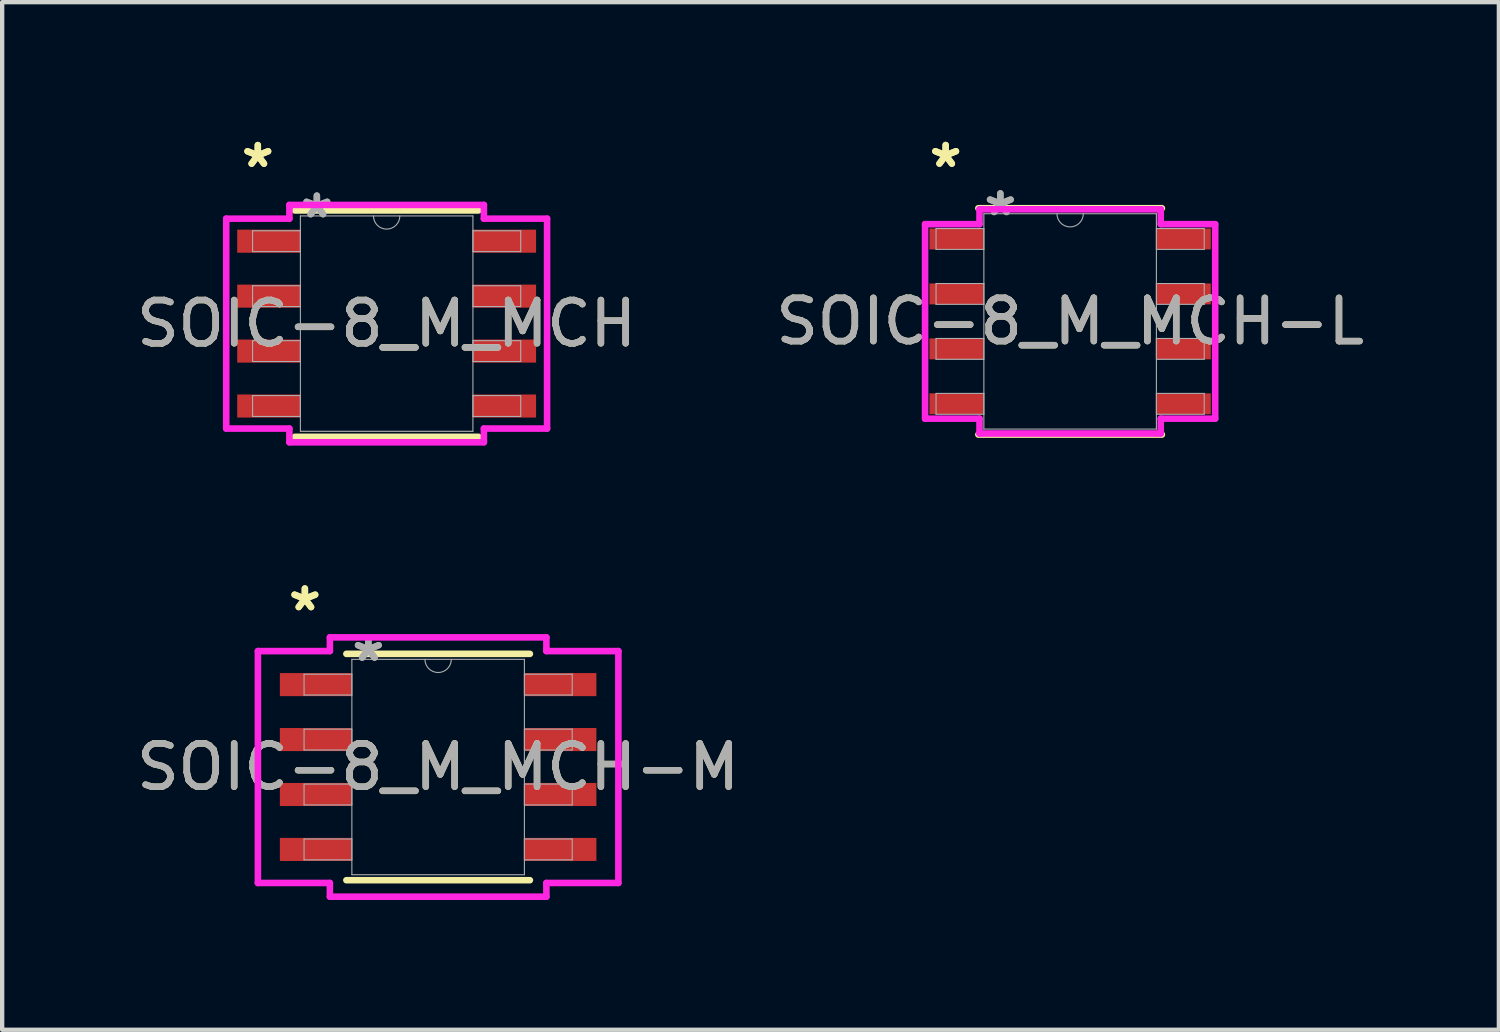
<source format=kicad_pcb>
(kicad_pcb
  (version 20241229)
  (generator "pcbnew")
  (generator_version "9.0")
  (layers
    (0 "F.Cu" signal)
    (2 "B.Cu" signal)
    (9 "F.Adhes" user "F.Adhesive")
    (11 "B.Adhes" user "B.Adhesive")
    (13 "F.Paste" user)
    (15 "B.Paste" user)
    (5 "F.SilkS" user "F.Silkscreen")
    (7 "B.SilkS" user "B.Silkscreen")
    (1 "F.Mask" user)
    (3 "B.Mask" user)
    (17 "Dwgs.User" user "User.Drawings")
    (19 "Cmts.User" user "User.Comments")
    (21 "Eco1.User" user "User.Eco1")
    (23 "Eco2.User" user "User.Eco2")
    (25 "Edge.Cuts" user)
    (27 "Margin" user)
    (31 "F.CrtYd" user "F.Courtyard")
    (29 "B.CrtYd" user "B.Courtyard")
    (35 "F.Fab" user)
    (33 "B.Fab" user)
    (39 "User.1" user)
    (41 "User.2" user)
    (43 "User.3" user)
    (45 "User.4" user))
  (footprint "SOIC-8_M_MCH"
    (layer "F.Cu")
    (at 5.887 4.43)
    (property "Reference" "SOIC-8_M_MCH" (at 0 0 0) (unlocked yes) (layer "F.SilkS") (effects (font (size 1 1) (thickness 0.15))))
    (attr smd)
    (fp_line (start -2.121 2.616) (end 2.121 2.616) (stroke (width 0.152) (type solid)) (layer "F.SilkS"))
    (fp_line (start 2.121 -2.616) (end -2.121 -2.616) (stroke (width 0.152) (type solid)) (layer "F.SilkS"))
    (fp_line (start -3.708 -2.426) (end -2.248 -2.426) (stroke (width 0.152) (type solid)) (layer "F.CrtYd"))
    (fp_line (start -3.708 2.426) (end -3.708 -2.426) (stroke (width 0.152) (type solid)) (layer "F.CrtYd"))
    (fp_line (start -3.708 2.426) (end -2.248 2.426) (stroke (width 0.152) (type solid)) (layer "F.CrtYd"))
    (fp_line (start -2.248 -2.743) (end 2.248 -2.743) (stroke (width 0.152) (type solid)) (layer "F.CrtYd"))
    (fp_line (start -2.248 -2.426) (end -2.248 -2.743) (stroke (width 0.152) (type solid)) (layer "F.CrtYd"))
    (fp_line (start -2.248 2.743) (end -2.248 2.426) (stroke (width 0.152) (type solid)) (layer "F.CrtYd"))
    (fp_line (start 2.248 -2.743) (end 2.248 -2.426) (stroke (width 0.152) (type solid)) (layer "F.CrtYd"))
    (fp_line (start 2.248 2.426) (end 2.248 2.743) (stroke (width 0.152) (type solid)) (layer "F.CrtYd"))
    (fp_line (start 2.248 2.743) (end -2.248 2.743) (stroke (width 0.152) (type solid)) (layer "F.CrtYd"))
    (fp_line (start 3.708 -2.426) (end 2.248 -2.426) (stroke (width 0.152) (type solid)) (layer "F.CrtYd"))
    (fp_line (start 3.708 -2.426) (end 3.708 2.426) (stroke (width 0.152) (type solid)) (layer "F.CrtYd"))
    (fp_line (start 3.708 2.426) (end 2.248 2.426) (stroke (width 0.152) (type solid)) (layer "F.CrtYd"))
    (fp_line (start -3.099 -2.146) (end -3.099 -1.664) (stroke (width 0.025) (type solid)) (layer "F.Fab"))
    (fp_line (start -3.099 -1.664) (end -1.994 -1.664) (stroke (width 0.025) (type solid)) (layer "F.Fab"))
    (fp_line (start -3.099 -0.876) (end -3.099 -0.394) (stroke (width 0.025) (type solid)) (layer "F.Fab"))
    (fp_line (start -3.099 -0.394) (end -1.994 -0.394) (stroke (width 0.025) (type solid)) (layer "F.Fab"))
    (fp_line (start -3.099 0.394) (end -3.099 0.876) (stroke (width 0.025) (type solid)) (layer "F.Fab"))
    (fp_line (start -3.099 0.876) (end -1.994 0.876) (stroke (width 0.025) (type solid)) (layer "F.Fab"))
    (fp_line (start -3.099 1.664) (end -3.099 2.146) (stroke (width 0.025) (type solid)) (layer "F.Fab"))
    (fp_line (start -3.099 2.146) (end -1.994 2.146) (stroke (width 0.025) (type solid)) (layer "F.Fab"))
    (fp_line (start -1.994 -2.489) (end -1.994 2.489) (stroke (width 0.025) (type solid)) (layer "F.Fab"))
    (fp_line (start -1.994 -2.146) (end -3.099 -2.146) (stroke (width 0.025) (type solid)) (layer "F.Fab"))
    (fp_line (start -1.994 -1.664) (end -1.994 -2.146) (stroke (width 0.025) (type solid)) (layer "F.Fab"))
    (fp_line (start -1.994 -0.876) (end -3.099 -0.876) (stroke (width 0.025) (type solid)) (layer "F.Fab"))
    (fp_line (start -1.994 -0.394) (end -1.994 -0.876) (stroke (width 0.025) (type solid)) (layer "F.Fab"))
    (fp_line (start -1.994 0.394) (end -3.099 0.394) (stroke (width 0.025) (type solid)) (layer "F.Fab"))
    (fp_line (start -1.994 0.876) (end -1.994 0.394) (stroke (width 0.025) (type solid)) (layer "F.Fab"))
    (fp_line (start -1.994 1.664) (end -3.099 1.664) (stroke (width 0.025) (type solid)) (layer "F.Fab"))
    (fp_line (start -1.994 2.146) (end -1.994 1.664) (stroke (width 0.025) (type solid)) (layer "F.Fab"))
    (fp_line (start -1.994 2.489) (end 1.994 2.489) (stroke (width 0.025) (type solid)) (layer "F.Fab"))
    (fp_line (start 1.994 -2.489) (end -1.994 -2.489) (stroke (width 0.025) (type solid)) (layer "F.Fab"))
    (fp_line (start 1.994 -2.146) (end 1.994 -1.664) (stroke (width 0.025) (type solid)) (layer "F.Fab"))
    (fp_line (start 1.994 -1.664) (end 3.099 -1.664) (stroke (width 0.025) (type solid)) (layer "F.Fab"))
    (fp_line (start 1.994 -0.876) (end 1.994 -0.394) (stroke (width 0.025) (type solid)) (layer "F.Fab"))
    (fp_line (start 1.994 -0.394) (end 3.099 -0.394) (stroke (width 0.025) (type solid)) (layer "F.Fab"))
    (fp_line (start 1.994 0.394) (end 1.994 0.876) (stroke (width 0.025) (type solid)) (layer "F.Fab"))
    (fp_line (start 1.994 0.876) (end 3.099 0.876) (stroke (width 0.025) (type solid)) (layer "F.Fab"))
    (fp_line (start 1.994 1.664) (end 1.994 2.146) (stroke (width 0.025) (type solid)) (layer "F.Fab"))
    (fp_line (start 1.994 2.146) (end 3.099 2.146) (stroke (width 0.025) (type solid)) (layer "F.Fab"))
    (fp_line (start 1.994 2.489) (end 1.994 -2.489) (stroke (width 0.025) (type solid)) (layer "F.Fab"))
    (fp_line (start 3.099 -2.146) (end 1.994 -2.146) (stroke (width 0.025) (type solid)) (layer "F.Fab"))
    (fp_line (start 3.099 -1.664) (end 3.099 -2.146) (stroke (width 0.025) (type solid)) (layer "F.Fab"))
    (fp_line (start 3.099 -0.876) (end 1.994 -0.876) (stroke (width 0.025) (type solid)) (layer "F.Fab"))
    (fp_line (start 3.099 -0.394) (end 3.099 -0.876) (stroke (width 0.025) (type solid)) (layer "F.Fab"))
    (fp_line (start 3.099 0.394) (end 1.994 0.394) (stroke (width 0.025) (type solid)) (layer "F.Fab"))
    (fp_line (start 3.099 0.876) (end 3.099 0.394) (stroke (width 0.025) (type solid)) (layer "F.Fab"))
    (fp_line (start 3.099 1.664) (end 1.994 1.664) (stroke (width 0.025) (type solid)) (layer "F.Fab"))
    (fp_line (start 3.099 2.146) (end 3.099 1.664) (stroke (width 0.025) (type solid)) (layer "F.Fab"))
    (fp_arc (start 0.3048 -2.4892) (mid 0 -2.1844) (end -0.3048 -2.4892) (stroke (width 0.0254) (type solid)) (layer "F.Fab"))
    (fp_text user "*" (at -2.978 -3.581 0) (unlocked yes) (layer "F.SilkS") (effects (font (size 1 1) (thickness 0.15))))
    (fp_text user "*" (at -2.978 -3.581 0) (layer "F.SilkS") (effects (font (size 1 1) (thickness 0.15))))
    (fp_text user "${REFERENCE}" (at 0 0 0) (unlocked yes) (layer "F.Fab") (effects (font (size 1 1) (thickness 0.15))))
    (fp_text user "*" (at -1.613 -2.413 0) (layer "F.Fab") (effects (font (size 1 1) (thickness 0.15))))
    (fp_text user "*" (at -1.613 -2.413 0) (unlocked yes) (layer "F.Fab") (effects (font (size 1 1) (thickness 0.15))))
    (pad "1" smd rect (at -2.724 -1.905) (size 1.46 0.533) (layers "F.Cu" "F.Mask" "F.Paste"))
    (pad "2" smd rect (at -2.724 -0.635) (size 1.46 0.533) (layers "F.Cu" "F.Mask" "F.Paste"))
    (pad "3" smd rect (at -2.724 0.635) (size 1.46 0.533) (layers "F.Cu" "F.Mask" "F.Paste"))
    (pad "4" smd rect (at -2.724 1.905) (size 1.46 0.533) (layers "F.Cu" "F.Mask" "F.Paste"))
    (pad "5" smd rect (at 2.724 1.905) (size 1.46 0.533) (layers "F.Cu" "F.Mask" "F.Paste"))
    (pad "6" smd rect (at 2.724 0.635) (size 1.46 0.533) (layers "F.Cu" "F.Mask" "F.Paste"))
    (pad "7" smd rect (at 2.724 -0.635) (size 1.46 0.533) (layers "F.Cu" "F.Mask" "F.Paste"))
    (pad "8" smd rect (at 2.724 -1.905) (size 1.46 0.533) (layers "F.Cu" "F.Mask" "F.Paste")))
  (footprint "SOIC-8_M_MCH-M"
    (layer "F.Cu")
    (at 7.077 14.679)
    (property "Reference" "SOIC-8_M_MCH-M" (at 0 0 0) (unlocked yes) (layer "F.SilkS") (effects (font (size 1 1) (thickness 0.15))))
    (attr smd)
    (fp_line (start -2.121 2.616) (end 2.121 2.616) (stroke (width 0.152) (type solid)) (layer "F.SilkS"))
    (fp_line (start 2.121 -2.616) (end -2.121 -2.616) (stroke (width 0.152) (type solid)) (layer "F.SilkS"))
    (fp_line (start -4.166 -2.68) (end -2.502 -2.68) (stroke (width 0.152) (type solid)) (layer "F.CrtYd"))
    (fp_line (start -4.166 2.68) (end -4.166 -2.68) (stroke (width 0.152) (type solid)) (layer "F.CrtYd"))
    (fp_line (start -4.166 2.68) (end -2.502 2.68) (stroke (width 0.152) (type solid)) (layer "F.CrtYd"))
    (fp_line (start -2.502 -2.997) (end 2.502 -2.997) (stroke (width 0.152) (type solid)) (layer "F.CrtYd"))
    (fp_line (start -2.502 -2.68) (end -2.502 -2.997) (stroke (width 0.152) (type solid)) (layer "F.CrtYd"))
    (fp_line (start -2.502 2.997) (end -2.502 2.68) (stroke (width 0.152) (type solid)) (layer "F.CrtYd"))
    (fp_line (start 2.502 -2.997) (end 2.502 -2.68) (stroke (width 0.152) (type solid)) (layer "F.CrtYd"))
    (fp_line (start 2.502 2.68) (end 2.502 2.997) (stroke (width 0.152) (type solid)) (layer "F.CrtYd"))
    (fp_line (start 2.502 2.997) (end -2.502 2.997) (stroke (width 0.152) (type solid)) (layer "F.CrtYd"))
    (fp_line (start 4.166 -2.68) (end 2.502 -2.68) (stroke (width 0.152) (type solid)) (layer "F.CrtYd"))
    (fp_line (start 4.166 -2.68) (end 4.166 2.68) (stroke (width 0.152) (type solid)) (layer "F.CrtYd"))
    (fp_line (start 4.166 2.68) (end 2.502 2.68) (stroke (width 0.152) (type solid)) (layer "F.CrtYd"))
    (fp_line (start -3.099 -2.146) (end -3.099 -1.664) (stroke (width 0.025) (type solid)) (layer "F.Fab"))
    (fp_line (start -3.099 -1.664) (end -1.994 -1.664) (stroke (width 0.025) (type solid)) (layer "F.Fab"))
    (fp_line (start -3.099 -0.876) (end -3.099 -0.394) (stroke (width 0.025) (type solid)) (layer "F.Fab"))
    (fp_line (start -3.099 -0.394) (end -1.994 -0.394) (stroke (width 0.025) (type solid)) (layer "F.Fab"))
    (fp_line (start -3.099 0.394) (end -3.099 0.876) (stroke (width 0.025) (type solid)) (layer "F.Fab"))
    (fp_line (start -3.099 0.876) (end -1.994 0.876) (stroke (width 0.025) (type solid)) (layer "F.Fab"))
    (fp_line (start -3.099 1.664) (end -3.099 2.146) (stroke (width 0.025) (type solid)) (layer "F.Fab"))
    (fp_line (start -3.099 2.146) (end -1.994 2.146) (stroke (width 0.025) (type solid)) (layer "F.Fab"))
    (fp_line (start -1.994 -2.489) (end -1.994 2.489) (stroke (width 0.025) (type solid)) (layer "F.Fab"))
    (fp_line (start -1.994 -2.146) (end -3.099 -2.146) (stroke (width 0.025) (type solid)) (layer "F.Fab"))
    (fp_line (start -1.994 -1.664) (end -1.994 -2.146) (stroke (width 0.025) (type solid)) (layer "F.Fab"))
    (fp_line (start -1.994 -0.876) (end -3.099 -0.876) (stroke (width 0.025) (type solid)) (layer "F.Fab"))
    (fp_line (start -1.994 -0.394) (end -1.994 -0.876) (stroke (width 0.025) (type solid)) (layer "F.Fab"))
    (fp_line (start -1.994 0.394) (end -3.099 0.394) (stroke (width 0.025) (type solid)) (layer "F.Fab"))
    (fp_line (start -1.994 0.876) (end -1.994 0.394) (stroke (width 0.025) (type solid)) (layer "F.Fab"))
    (fp_line (start -1.994 1.664) (end -3.099 1.664) (stroke (width 0.025) (type solid)) (layer "F.Fab"))
    (fp_line (start -1.994 2.146) (end -1.994 1.664) (stroke (width 0.025) (type solid)) (layer "F.Fab"))
    (fp_line (start -1.994 2.489) (end 1.994 2.489) (stroke (width 0.025) (type solid)) (layer "F.Fab"))
    (fp_line (start 1.994 -2.489) (end -1.994 -2.489) (stroke (width 0.025) (type solid)) (layer "F.Fab"))
    (fp_line (start 1.994 -2.146) (end 1.994 -1.664) (stroke (width 0.025) (type solid)) (layer "F.Fab"))
    (fp_line (start 1.994 -1.664) (end 3.099 -1.664) (stroke (width 0.025) (type solid)) (layer "F.Fab"))
    (fp_line (start 1.994 -0.876) (end 1.994 -0.394) (stroke (width 0.025) (type solid)) (layer "F.Fab"))
    (fp_line (start 1.994 -0.394) (end 3.099 -0.394) (stroke (width 0.025) (type solid)) (layer "F.Fab"))
    (fp_line (start 1.994 0.394) (end 1.994 0.876) (stroke (width 0.025) (type solid)) (layer "F.Fab"))
    (fp_line (start 1.994 0.876) (end 3.099 0.876) (stroke (width 0.025) (type solid)) (layer "F.Fab"))
    (fp_line (start 1.994 1.664) (end 1.994 2.146) (stroke (width 0.025) (type solid)) (layer "F.Fab"))
    (fp_line (start 1.994 2.146) (end 3.099 2.146) (stroke (width 0.025) (type solid)) (layer "F.Fab"))
    (fp_line (start 1.994 2.489) (end 1.994 -2.489) (stroke (width 0.025) (type solid)) (layer "F.Fab"))
    (fp_line (start 3.099 -2.146) (end 1.994 -2.146) (stroke (width 0.025) (type solid)) (layer "F.Fab"))
    (fp_line (start 3.099 -1.664) (end 3.099 -2.146) (stroke (width 0.025) (type solid)) (layer "F.Fab"))
    (fp_line (start 3.099 -0.876) (end 1.994 -0.876) (stroke (width 0.025) (type solid)) (layer "F.Fab"))
    (fp_line (start 3.099 -0.394) (end 3.099 -0.876) (stroke (width 0.025) (type solid)) (layer "F.Fab"))
    (fp_line (start 3.099 0.394) (end 1.994 0.394) (stroke (width 0.025) (type solid)) (layer "F.Fab"))
    (fp_line (start 3.099 0.876) (end 3.099 0.394) (stroke (width 0.025) (type solid)) (layer "F.Fab"))
    (fp_line (start 3.099 1.664) (end 1.994 1.664) (stroke (width 0.025) (type solid)) (layer "F.Fab"))
    (fp_line (start 3.099 2.146) (end 3.099 1.664) (stroke (width 0.025) (type solid)) (layer "F.Fab"))
    (fp_arc (start 0.3048 -2.4892) (mid 0 -2.1844) (end -0.3048 -2.4892) (stroke (width 0.0254) (type solid)) (layer "F.Fab"))
    (fp_text user "*" (at -3.08 -3.581 0) (layer "F.SilkS") (effects (font (size 1 1) (thickness 0.15))))
    (fp_text user "*" (at -3.08 -3.581 0) (unlocked yes) (layer "F.SilkS") (effects (font (size 1 1) (thickness 0.15))))
    (fp_text user "${REFERENCE}" (at 0 0 0) (unlocked yes) (layer "F.Fab") (effects (font (size 1 1) (thickness 0.15))))
    (fp_text user "*" (at -1.613 -2.413 0) (unlocked yes) (layer "F.Fab") (effects (font (size 1 1) (thickness 0.15))))
    (fp_text user "*" (at -1.613 -2.413 0) (layer "F.Fab") (effects (font (size 1 1) (thickness 0.15))))
    (pad "1" smd rect (at -2.826 -1.905) (size 1.664 0.533) (layers "F.Cu" "F.Mask" "F.Paste"))
    (pad "2" smd rect (at -2.826 -0.635) (size 1.664 0.533) (layers "F.Cu" "F.Mask" "F.Paste"))
    (pad "3" smd rect (at -2.826 0.635) (size 1.664 0.533) (layers "F.Cu" "F.Mask" "F.Paste"))
    (pad "4" smd rect (at -2.826 1.905) (size 1.664 0.533) (layers "F.Cu" "F.Mask" "F.Paste"))
    (pad "5" smd rect (at 2.826 1.905) (size 1.664 0.533) (layers "F.Cu" "F.Mask" "F.Paste"))
    (pad "6" smd rect (at 2.826 0.635) (size 1.664 0.533) (layers "F.Cu" "F.Mask" "F.Paste"))
    (pad "7" smd rect (at 2.826 -0.635) (size 1.664 0.533) (layers "F.Cu" "F.Mask" "F.Paste"))
    (pad "8" smd rect (at 2.826 -1.905) (size 1.664 0.533) (layers "F.Cu" "F.Mask" "F.Paste")))
  (footprint "SOIC-8_M_MCH-L"
    (layer "F.Cu")
    (at 21.685 4.379)
    (property "Reference" "SOIC-8_M_MCH-L" (at 0 0 0) (unlocked yes) (layer "F.SilkS") (effects (font (size 1 1) (thickness 0.15))))
    (attr smd)
    (fp_line (start -2.121 2.616) (end 2.121 2.616) (stroke (width 0.152) (type solid)) (layer "F.SilkS"))
    (fp_line (start 2.121 -2.616) (end -2.121 -2.616) (stroke (width 0.152) (type solid)) (layer "F.SilkS"))
    (fp_line (start -3.353 -2.248) (end -2.095 -2.248) (stroke (width 0.152) (type solid)) (layer "F.CrtYd"))
    (fp_line (start -3.353 2.248) (end -3.353 -2.248) (stroke (width 0.152) (type solid)) (layer "F.CrtYd"))
    (fp_line (start -3.353 2.248) (end -2.095 2.248) (stroke (width 0.152) (type solid)) (layer "F.CrtYd"))
    (fp_line (start -2.095 -2.591) (end 2.095 -2.591) (stroke (width 0.152) (type solid)) (layer "F.CrtYd"))
    (fp_line (start -2.095 -2.248) (end -2.095 -2.591) (stroke (width 0.152) (type solid)) (layer "F.CrtYd"))
    (fp_line (start -2.095 2.591) (end -2.095 2.248) (stroke (width 0.152) (type solid)) (layer "F.CrtYd"))
    (fp_line (start 2.095 -2.591) (end 2.095 -2.248) (stroke (width 0.152) (type solid)) (layer "F.CrtYd"))
    (fp_line (start 2.095 2.248) (end 2.095 2.591) (stroke (width 0.152) (type solid)) (layer "F.CrtYd"))
    (fp_line (start 2.095 2.591) (end -2.095 2.591) (stroke (width 0.152) (type solid)) (layer "F.CrtYd"))
    (fp_line (start 3.353 -2.248) (end 2.095 -2.248) (stroke (width 0.152) (type solid)) (layer "F.CrtYd"))
    (fp_line (start 3.353 -2.248) (end 3.353 2.248) (stroke (width 0.152) (type solid)) (layer "F.CrtYd"))
    (fp_line (start 3.353 2.248) (end 2.095 2.248) (stroke (width 0.152) (type solid)) (layer "F.CrtYd"))
    (fp_line (start -3.099 -2.146) (end -3.099 -1.664) (stroke (width 0.025) (type solid)) (layer "F.Fab"))
    (fp_line (start -3.099 -1.664) (end -1.994 -1.664) (stroke (width 0.025) (type solid)) (layer "F.Fab"))
    (fp_line (start -3.099 -0.876) (end -3.099 -0.394) (stroke (width 0.025) (type solid)) (layer "F.Fab"))
    (fp_line (start -3.099 -0.394) (end -1.994 -0.394) (stroke (width 0.025) (type solid)) (layer "F.Fab"))
    (fp_line (start -3.099 0.394) (end -3.099 0.876) (stroke (width 0.025) (type solid)) (layer "F.Fab"))
    (fp_line (start -3.099 0.876) (end -1.994 0.876) (stroke (width 0.025) (type solid)) (layer "F.Fab"))
    (fp_line (start -3.099 1.664) (end -3.099 2.146) (stroke (width 0.025) (type solid)) (layer "F.Fab"))
    (fp_line (start -3.099 2.146) (end -1.994 2.146) (stroke (width 0.025) (type solid)) (layer "F.Fab"))
    (fp_line (start -1.994 -2.489) (end -1.994 2.489) (stroke (width 0.025) (type solid)) (layer "F.Fab"))
    (fp_line (start -1.994 -2.146) (end -3.099 -2.146) (stroke (width 0.025) (type solid)) (layer "F.Fab"))
    (fp_line (start -1.994 -1.664) (end -1.994 -2.146) (stroke (width 0.025) (type solid)) (layer "F.Fab"))
    (fp_line (start -1.994 -0.876) (end -3.099 -0.876) (stroke (width 0.025) (type solid)) (layer "F.Fab"))
    (fp_line (start -1.994 -0.394) (end -1.994 -0.876) (stroke (width 0.025) (type solid)) (layer "F.Fab"))
    (fp_line (start -1.994 0.394) (end -3.099 0.394) (stroke (width 0.025) (type solid)) (layer "F.Fab"))
    (fp_line (start -1.994 0.876) (end -1.994 0.394) (stroke (width 0.025) (type solid)) (layer "F.Fab"))
    (fp_line (start -1.994 1.664) (end -3.099 1.664) (stroke (width 0.025) (type solid)) (layer "F.Fab"))
    (fp_line (start -1.994 2.146) (end -1.994 1.664) (stroke (width 0.025) (type solid)) (layer "F.Fab"))
    (fp_line (start -1.994 2.489) (end 1.994 2.489) (stroke (width 0.025) (type solid)) (layer "F.Fab"))
    (fp_line (start 1.994 -2.489) (end -1.994 -2.489) (stroke (width 0.025) (type solid)) (layer "F.Fab"))
    (fp_line (start 1.994 -2.146) (end 1.994 -1.664) (stroke (width 0.025) (type solid)) (layer "F.Fab"))
    (fp_line (start 1.994 -1.664) (end 3.099 -1.664) (stroke (width 0.025) (type solid)) (layer "F.Fab"))
    (fp_line (start 1.994 -0.876) (end 1.994 -0.394) (stroke (width 0.025) (type solid)) (layer "F.Fab"))
    (fp_line (start 1.994 -0.394) (end 3.099 -0.394) (stroke (width 0.025) (type solid)) (layer "F.Fab"))
    (fp_line (start 1.994 0.394) (end 1.994 0.876) (stroke (width 0.025) (type solid)) (layer "F.Fab"))
    (fp_line (start 1.994 0.876) (end 3.099 0.876) (stroke (width 0.025) (type solid)) (layer "F.Fab"))
    (fp_line (start 1.994 1.664) (end 1.994 2.146) (stroke (width 0.025) (type solid)) (layer "F.Fab"))
    (fp_line (start 1.994 2.146) (end 3.099 2.146) (stroke (width 0.025) (type solid)) (layer "F.Fab"))
    (fp_line (start 1.994 2.489) (end 1.994 -2.489) (stroke (width 0.025) (type solid)) (layer "F.Fab"))
    (fp_line (start 3.099 -2.146) (end 1.994 -2.146) (stroke (width 0.025) (type solid)) (layer "F.Fab"))
    (fp_line (start 3.099 -1.664) (end 3.099 -2.146) (stroke (width 0.025) (type solid)) (layer "F.Fab"))
    (fp_line (start 3.099 -0.876) (end 1.994 -0.876) (stroke (width 0.025) (type solid)) (layer "F.Fab"))
    (fp_line (start 3.099 -0.394) (end 3.099 -0.876) (stroke (width 0.025) (type solid)) (layer "F.Fab"))
    (fp_line (start 3.099 0.394) (end 1.994 0.394) (stroke (width 0.025) (type solid)) (layer "F.Fab"))
    (fp_line (start 3.099 0.876) (end 3.099 0.394) (stroke (width 0.025) (type solid)) (layer "F.Fab"))
    (fp_line (start 3.099 1.664) (end 1.994 1.664) (stroke (width 0.025) (type solid)) (layer "F.Fab"))
    (fp_line (start 3.099 2.146) (end 3.099 1.664) (stroke (width 0.025) (type solid)) (layer "F.Fab"))
    (fp_arc (start 0.3048 -2.4892) (mid 0 -2.1844) (end -0.3048 -2.4892) (stroke (width 0.0254) (type solid)) (layer "F.Fab"))
    (fp_text user "*" (at -2.877 -3.531 0) (layer "F.SilkS") (effects (font (size 1 1) (thickness 0.15))))
    (fp_text user "*" (at -2.877 -3.531 0) (unlocked yes) (layer "F.SilkS") (effects (font (size 1 1) (thickness 0.15))))
    (fp_text user "${REFERENCE}" (at 0 0 0) (unlocked yes) (layer "F.Fab") (effects (font (size 1 1) (thickness 0.15))))
    (fp_text user "*" (at -1.613 -2.413 0) (layer "F.Fab") (effects (font (size 1 1) (thickness 0.15))))
    (fp_text user "*" (at -1.613 -2.413 0) (unlocked yes) (layer "F.Fab") (effects (font (size 1 1) (thickness 0.15))))
    (pad "1" smd rect (at -2.623 -1.905) (size 1.257 0.483) (layers "F.Cu" "F.Mask" "F.Paste"))
    (pad "2" smd rect (at -2.623 -0.635) (size 1.257 0.483) (layers "F.Cu" "F.Mask" "F.Paste"))
    (pad "3" smd rect (at -2.623 0.635) (size 1.257 0.483) (layers "F.Cu" "F.Mask" "F.Paste"))
    (pad "4" smd rect (at -2.623 1.905) (size 1.257 0.483) (layers "F.Cu" "F.Mask" "F.Paste"))
    (pad "5" smd rect (at 2.623 1.905) (size 1.257 0.483) (layers "F.Cu" "F.Mask" "F.Paste"))
    (pad "6" smd rect (at 2.623 0.635) (size 1.257 0.483) (layers "F.Cu" "F.Mask" "F.Paste"))
    (pad "7" smd rect (at 2.623 -0.635) (size 1.257 0.483) (layers "F.Cu" "F.Mask" "F.Paste"))
    (pad "8" smd rect (at 2.623 -1.905) (size 1.257 0.483) (layers "F.Cu" "F.Mask" "F.Paste")))
  (gr_rect
    (start -3 -3)
    (end 31.595 20.752)
    (stroke (width 0.1) (type default))
    (fill no)
    (layer "Edge.Cuts")))
</source>
